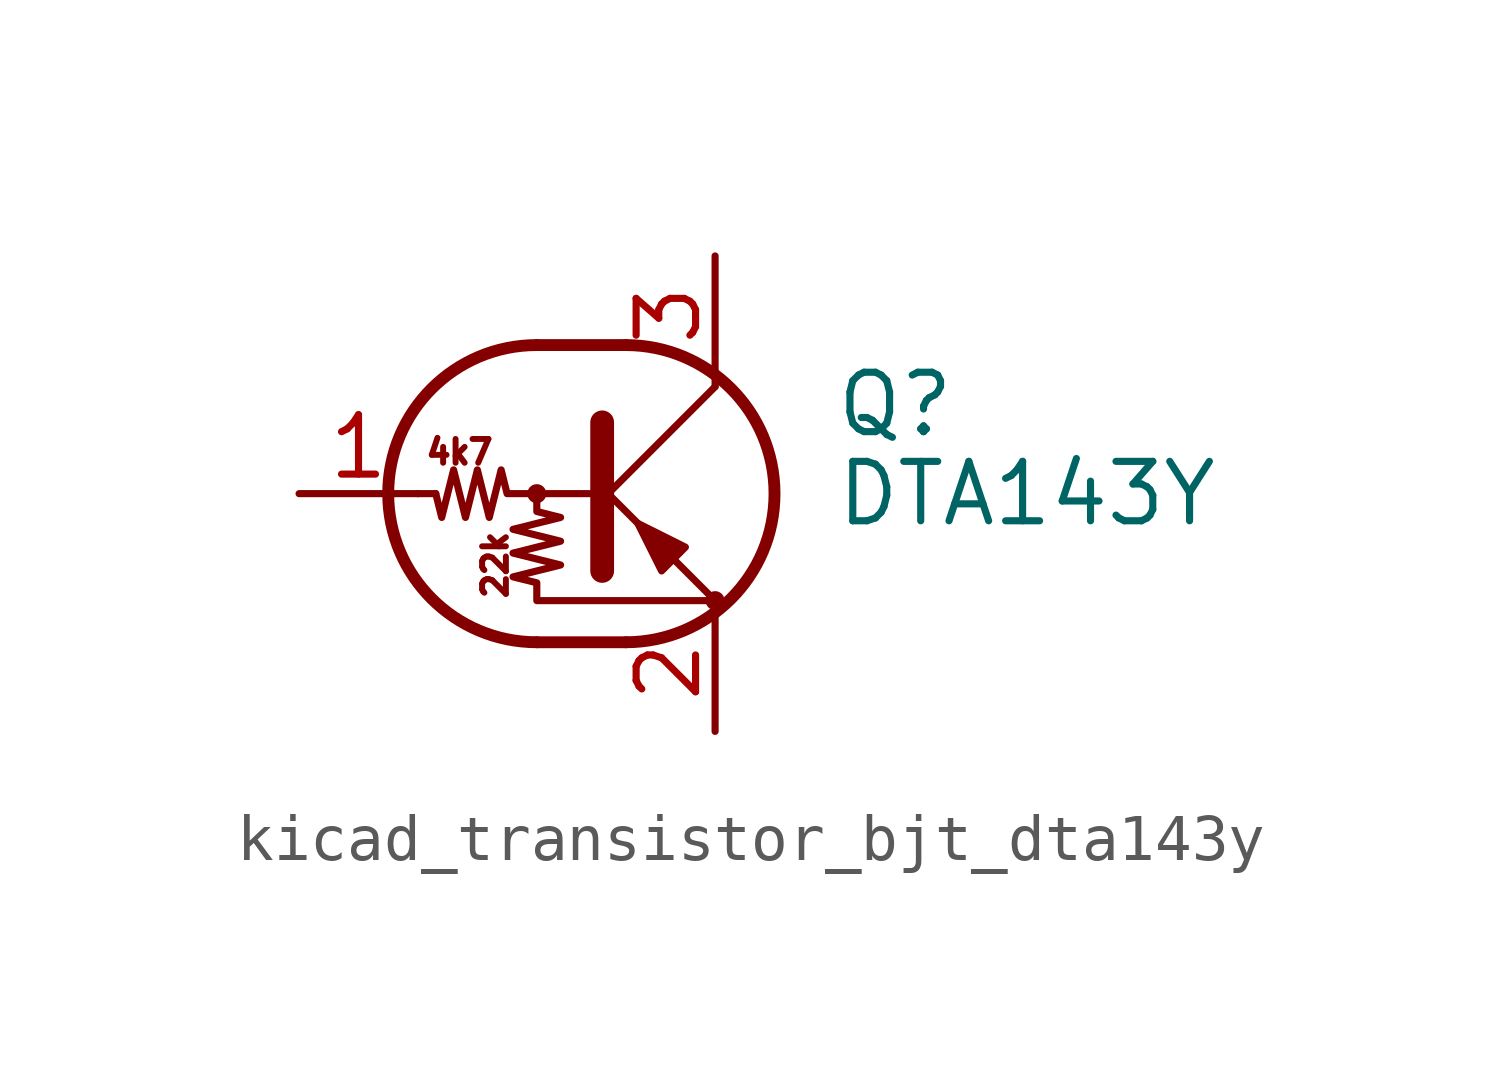
<source format=kicad_sym>
(kicad_symbol_lib
  (version 20220914)
  (generator kicad_symbol_editor)
  (symbol "kicad_transistor_bjt_dta143y"
    (pin_names
      (offset 0) hide)
    (property "Reference" "Q"
      (at 5.08 1.905 0)
      (effects (font (size 1.27 1.27)) (justify left)))
    (property "Value" "DTA143Y"
      (at 5.08 0 0)
      (effects (font (size 1.27 1.27)) (justify left)))
    (symbol "kicad_transistor_bjt_dta143y_0_0"
      (text "22k" (at -2.159 -1.524 900) (effects (font (size 0.508 0.508))))
      (text "4k7" (at -2.921 0.889 0) (effects (font (size 0.508 0.508)))))
    (symbol "kicad_transistor_bjt_dta143y_0_1"
      (circle (center -1.27 0) (radius 0.127) (stroke (width 0) (type default)) (fill (type none)))
      (arc (start -1.27 3.175) (mid -4.4312 0) (end -1.27 -3.175) (stroke (width 0.254) (type default)) (fill (type none)))
      (polyline (pts (xy -3.429 0) (xy -3.81 0)) (stroke (width 0) (type default)) (fill (type none)))
      (polyline (pts (xy -1.27 -3.175) (xy 0.635 -3.175)) (stroke (width 0.254) (type default)) (fill (type none)))
      (polyline (pts (xy -1.27 3.175) (xy 0.635 3.175)) (stroke (width 0.254) (type default)) (fill (type none)))
      (polyline (pts (xy 0 -0.254) (xy 2.54 2.286)) (stroke (width 0) (type default)) (fill (type none)))
      (polyline (pts (xy 0.127 1.524) (xy 0.127 -1.651)) (stroke (width 0.508) (type default)) (fill (type outline)))
      (polyline (pts (xy 2.54 2.286) (xy 2.54 2.54)) (stroke (width 0) (type default)) (fill (type none)))
      (polyline (pts (xy 2.54 -2.286) (xy 0 0.254) (xy 0 0.254)) (stroke (width 0) (type default)) (fill (type none)))
      (polyline (pts (xy 1.397 -1.651) (xy 1.905 -1.143) (xy 0.889 -0.635) (xy 1.397 -1.651)) (stroke (width 0) (type default)) (fill (type outline)))
      (polyline (pts (xy 0 0) (xy -1.905 0) (xy -2.032 0.508) (xy -2.286 -0.508) (xy -2.54 0.508) (xy -2.794 -0.508) (xy -3.048 0.508) (xy -3.302 -0.508) (xy -3.429 0)) (stroke (width 0) (type default)) (fill (type none)))
      (polyline (pts (xy -1.27 0) (xy -1.27 -0.381) (xy -0.762 -0.508) (xy -1.778 -0.762) (xy -0.762 -1.016) (xy -1.778 -1.27) (xy -0.762 -1.524) (xy -1.778 -1.778) (xy -1.27 -1.905) (xy -1.27 -2.286) (xy 2.54 -2.286)) (stroke (width 0) (type default)) (fill (type none)))
      (arc (start 0.635 -3.175) (mid 3.7962 0) (end 0.635 3.175) (stroke (width 0.254) (type default)) (fill (type none)))
      (circle (center 2.54 -2.286) (radius 0.127) (stroke (width 0) (type default)) (fill (type none))))
    (symbol "kicad_transistor_bjt_dta143y_1_1"
      (pin input line (at -6.35 0 0) (length 2.54) (name "B" (effects (font (size 1.27 1.27)))) (number "1" (effects (font (size 1.27 1.27)))))
      (pin passive line (at 2.54 -5.08 90) (length 2.54) (name "E" (effects (font (size 1.27 1.27)))) (number "2" (effects (font (size 1.27 1.27)))))
      (pin passive line (at 2.54 5.08 270) (length 2.54) (name "C" (effects (font (size 1.27 1.27)))) (number "3" (effects (font (size 1.27 1.27))))))))
</source>
